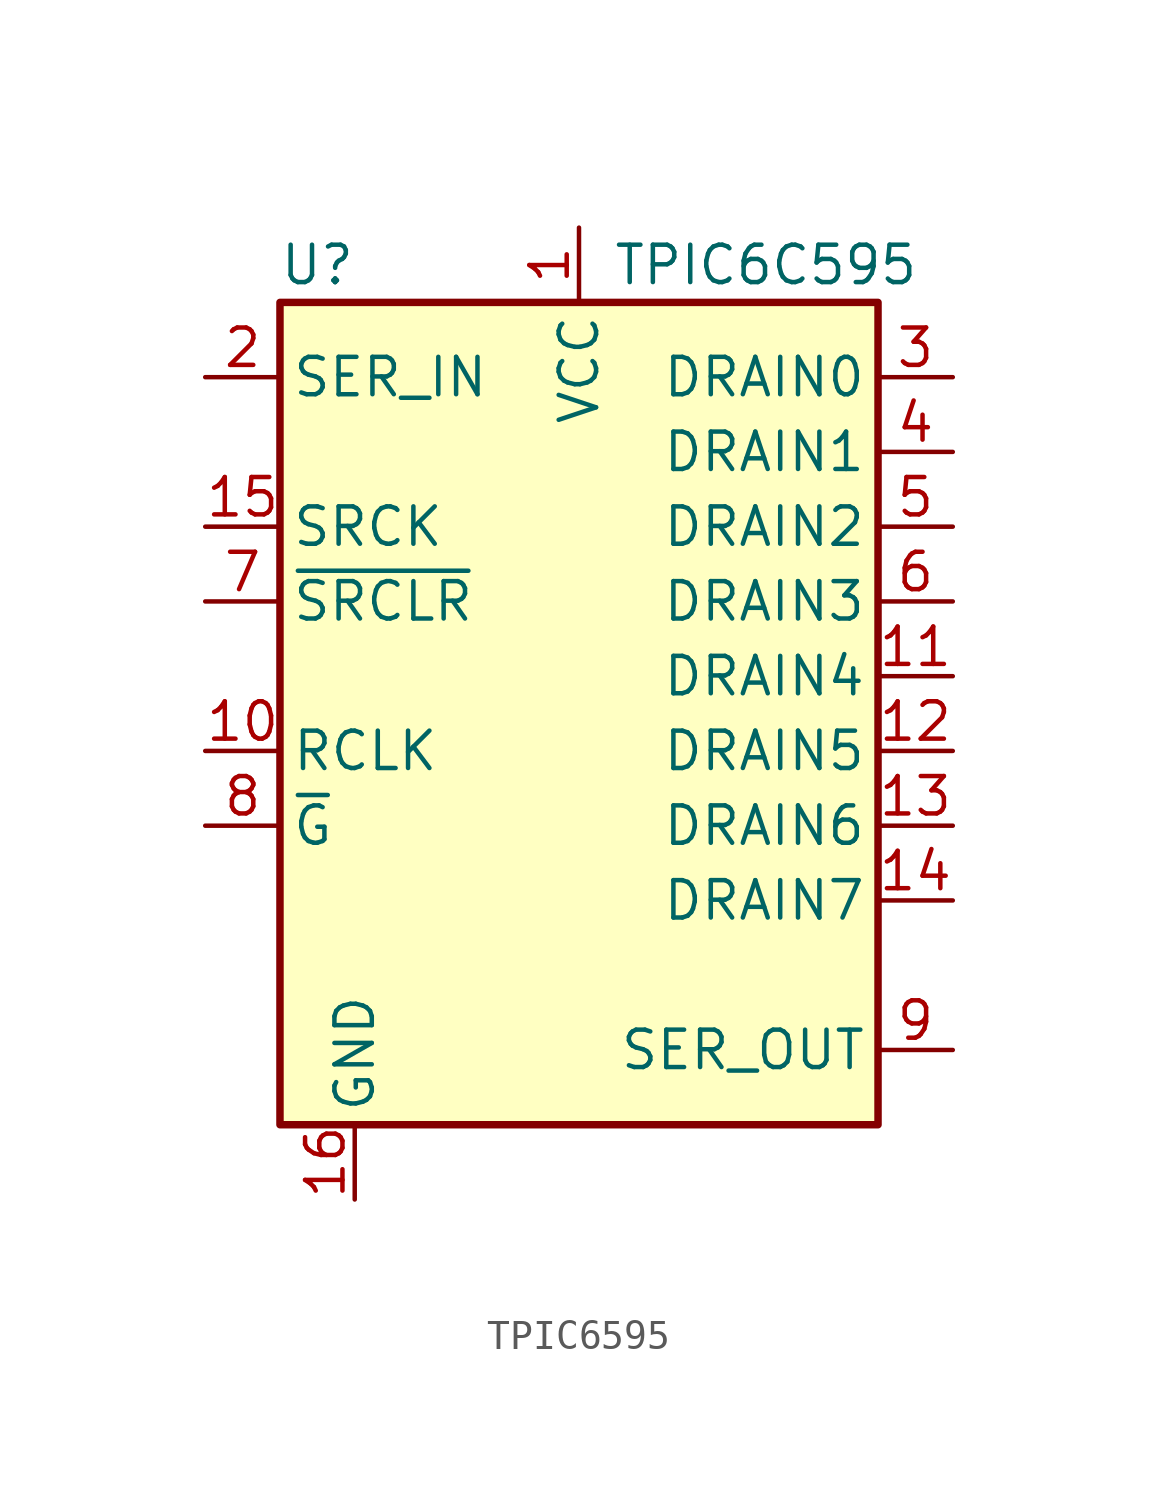
<source format=kicad_sym>
(kicad_symbol_lib
  (version 20220914)
  (generator kicad_symbol_editor)
  (symbol "TPIC6595"
    (pin_names
      (offset 0.381))
    (property "Reference" "U"
      (at -8.89 13.97 0)
      (effects (font (size 1.27 1.27))))
    (property "Value" "TPIC6C595"
      (at 6.35 13.97 0)
      (effects (font (size 1.27 1.27))))
    (symbol "TPIC6595_0_1"
      (rectangle (start -10.16 12.7) (end 10.16 -15.24) (stroke (width 0.254) (type default)) (fill (type background))))
    (symbol "TPIC6595_1_1"
      (pin power_in line (at 0 15.24 270) (length 2.54) (name "VCC" (effects (font (size 1.27 1.27)))) (number "1" (effects (font (size 1.27 1.27)))))
      (pin input line (at -12.7 -2.54 0) (length 2.54) (name "RCLK" (effects (font (size 1.27 1.27)))) (number "10" (effects (font (size 1.27 1.27)))))
      (pin open_collector line (at 12.7 0 180) (length 2.54) (name "DRAIN4" (effects (font (size 1.27 1.27)))) (number "11" (effects (font (size 1.27 1.27)))))
      (pin open_collector line (at 12.7 -2.54 180) (length 2.54) (name "DRAIN5" (effects (font (size 1.27 1.27)))) (number "12" (effects (font (size 1.27 1.27)))))
      (pin open_collector line (at 12.7 -5.08 180) (length 2.54) (name "DRAIN6" (effects (font (size 1.27 1.27)))) (number "13" (effects (font (size 1.27 1.27)))))
      (pin open_collector line (at 12.7 -7.62 180) (length 2.54) (name "DRAIN7" (effects (font (size 1.27 1.27)))) (number "14" (effects (font (size 1.27 1.27)))))
      (pin input line (at -12.7 5.08 0) (length 2.54) (name "SRCK" (effects (font (size 1.27 1.27)))) (number "15" (effects (font (size 1.27 1.27)))))
      (pin power_in line (at -7.62 -17.78 90) (length 2.54) (name "GND" (effects (font (size 1.27 1.27)))) (number "16" (effects (font (size 1.27 1.27)))))
      (pin input line (at -12.7 10.16 0) (length 2.54) (name "SER_IN" (effects (font (size 1.27 1.27)))) (number "2" (effects (font (size 1.27 1.27)))))
      (pin open_collector line (at 12.7 10.16 180) (length 2.54) (name "DRAIN0" (effects (font (size 1.27 1.27)))) (number "3" (effects (font (size 1.27 1.27)))))
      (pin open_collector line (at 12.7 7.62 180) (length 2.54) (name "DRAIN1" (effects (font (size 1.27 1.27)))) (number "4" (effects (font (size 1.27 1.27)))))
      (pin open_collector line (at 12.7 5.08 180) (length 2.54) (name "DRAIN2" (effects (font (size 1.27 1.27)))) (number "5" (effects (font (size 1.27 1.27)))))
      (pin open_collector line (at 12.7 2.54 180) (length 2.54) (name "DRAIN3" (effects (font (size 1.27 1.27)))) (number "6" (effects (font (size 1.27 1.27)))))
      (pin input line (at -12.7 2.54 0) (length 2.54) (name "~{SRCLR}" (effects (font (size 1.27 1.27)))) (number "7" (effects (font (size 1.27 1.27)))))
      (pin input line (at -12.7 -5.08 0) (length 2.54) (name "~{G}" (effects (font (size 1.27 1.27)))) (number "8" (effects (font (size 1.27 1.27)))))
      (pin output line (at 12.7 -12.7 180) (length 2.54) (name "SER_OUT" (effects (font (size 1.27 1.27)))) (number "9" (effects (font (size 1.27 1.27))))))))
</source>
